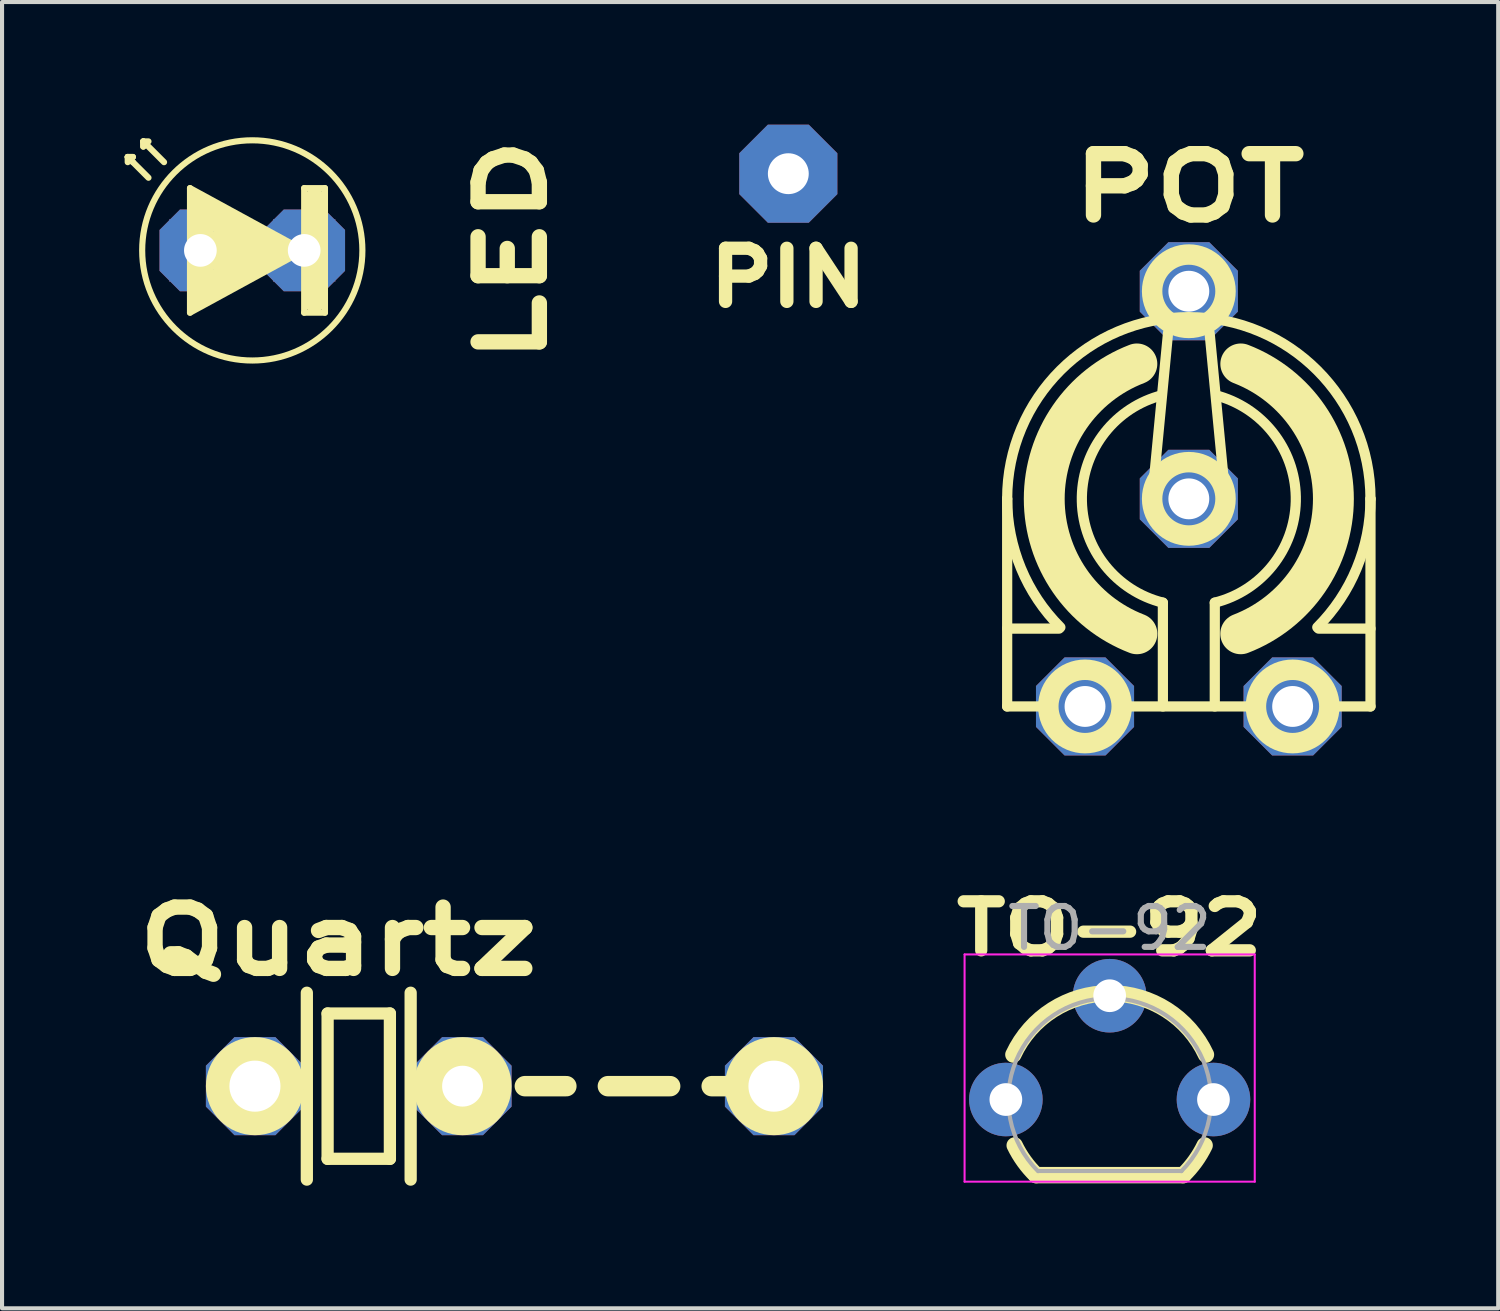
<source format=kicad_pcb>
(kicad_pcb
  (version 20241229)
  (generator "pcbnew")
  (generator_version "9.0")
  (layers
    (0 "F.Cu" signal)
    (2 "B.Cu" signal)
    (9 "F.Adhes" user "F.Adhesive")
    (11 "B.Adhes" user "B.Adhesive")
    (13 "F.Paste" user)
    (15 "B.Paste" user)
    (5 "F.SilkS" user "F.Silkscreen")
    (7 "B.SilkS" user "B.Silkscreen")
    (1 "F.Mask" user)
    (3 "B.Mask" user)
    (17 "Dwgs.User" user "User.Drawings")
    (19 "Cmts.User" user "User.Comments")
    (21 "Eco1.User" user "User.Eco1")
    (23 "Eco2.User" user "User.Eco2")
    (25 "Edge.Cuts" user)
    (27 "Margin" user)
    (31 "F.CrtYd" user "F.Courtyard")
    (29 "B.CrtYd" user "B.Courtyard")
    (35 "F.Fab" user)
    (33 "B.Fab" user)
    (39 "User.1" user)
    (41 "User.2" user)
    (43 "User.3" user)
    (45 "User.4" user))
  (footprint "LED"
    (layer "F.Cu")
    (at 1.853 10.697)
    (property "Reference" "LED" (at 7.62 -7.62 90) (layer "F.SilkS") (effects (font (size 1.5 2) (thickness 0.375))))
    (attr through_hole)
    (fp_line (start -1.778 -9.906) (end -1.778 -9.779) (stroke (width 0.15) (type solid)) (layer "F.SilkS"))
    (fp_line (start -1.778 -9.906) (end -1.651 -9.906) (stroke (width 0.15) (type solid)) (layer "F.SilkS"))
    (fp_line (start -1.778 -9.906) (end -1.651 -9.779) (stroke (width 0.15) (type solid)) (layer "F.SilkS"))
    (fp_line (start -1.651 -9.906) (end -1.778 -9.906) (stroke (width 0.15) (type solid)) (layer "F.SilkS"))
    (fp_line (start -1.397 -10.287) (end -1.397 -10.16) (stroke (width 0.15) (type solid)) (layer "F.SilkS"))
    (fp_line (start -1.397 -10.287) (end -1.27 -10.287) (stroke (width 0.15) (type solid)) (layer "F.SilkS"))
    (fp_line (start -1.397 -10.16) (end -1.397 -10.287) (stroke (width 0.15) (type solid)) (layer "F.SilkS"))
    (fp_line (start -1.27 -9.398) (end -1.651 -9.779) (stroke (width 0.15) (type solid)) (layer "F.SilkS"))
    (fp_line (start -0.889 -9.779) (end -1.397 -10.287) (stroke (width 0.15) (type solid)) (layer "F.SilkS"))
    (fp_line (start -0.254 -9.144) (end -0.254 -6.096) (stroke (width 0.15) (type solid)) (layer "F.SilkS"))
    (fp_line (start -0.254 -9.144) (end 2.54 -7.62) (stroke (width 0.15) (type solid)) (layer "F.SilkS"))
    (fp_line (start -0.127 -9.017) (end -0.127 -6.223) (stroke (width 0.15) (type solid)) (layer "F.SilkS"))
    (fp_line (start 0 -8.636) (end 1.778 -7.62) (stroke (width 0.65) (type solid)) (layer "F.SilkS"))
    (fp_line (start 0 -6.604) (end 0 -8.636) (stroke (width 0.65) (type solid)) (layer "F.SilkS"))
    (fp_line (start 0.508 -7.62) (end 1.016 -7.62) (stroke (width 1) (type solid)) (layer "F.SilkS"))
    (fp_line (start 1.778 -7.62) (end 0 -6.604) (stroke (width 0.65) (type solid)) (layer "F.SilkS"))
    (fp_line (start 2.032 -7.747) (end 2.159 -7.62) (stroke (width 0.15) (type solid)) (layer "F.SilkS"))
    (fp_line (start 2.032 -7.493) (end 2.413 -7.62) (stroke (width 0.15) (type solid)) (layer "F.SilkS"))
    (fp_line (start 2.413 -7.62) (end 2.032 -7.747) (stroke (width 0.15) (type solid)) (layer "F.SilkS"))
    (fp_line (start 2.54 -9.144) (end 3.048 -9.144) (stroke (width 0.15) (type solid)) (layer "F.SilkS"))
    (fp_line (start 2.54 -7.62) (end -0.254 -6.096) (stroke (width 0.15) (type solid)) (layer "F.SilkS"))
    (fp_line (start 2.54 -6.096) (end 2.54 -9.144) (stroke (width 0.15) (type solid)) (layer "F.SilkS"))
    (fp_line (start 2.794 -8.89) (end 2.794 -6.35) (stroke (width 0.5) (type solid)) (layer "F.SilkS"))
    (fp_line (start 3.048 -9.144) (end 3.048 -6.096) (stroke (width 0.15) (type solid)) (layer "F.SilkS"))
    (fp_line (start 3.048 -6.096) (end 2.54 -6.096) (stroke (width 0.15) (type solid)) (layer "F.SilkS"))
    (fp_circle (center 1.27 -7.62) (end 3.175 -5.715) (stroke (width 0.15) (type solid)) (fill no) (layer "F.SilkS"))
    (pad "1" thru_hole custom (at 2.54 -7.62) (size 1.524 1.524) (drill 0.8) (layers "*.Cu" "*.Mask") (options (anchor rect)) (primitives (gr_poly (pts (xy -1 0.5) (xy -1 -0.5) (xy -0.5 -1) (xy 0.5 -1) (xy 1 -0.5) (xy 1 0.5) (xy 0.5 1) (xy -0.5 1)) (width 0) (fill yes))))
    (pad "2" thru_hole custom (at 0 -7.62) (size 1.524 1.524) (drill 0.8) (layers "*.Cu" "*.Mask") (options (anchor rect)) (primitives (gr_poly (pts (xy -1 0.5) (xy -1 -0.5) (xy -0.5 -1) (xy 0.5 -1) (xy 1 -0.5) (xy 1 0.5) (xy 0.5 1) (xy -0.5 1)) (width 0) (fill yes)))))
  (footprint "Quartz"
    (layer "F.Cu")
    (at 5.728 23.527)
    (property "Reference" "Quartz" (at -0.508 -3.556 0) (layer "F.SilkS") (effects (font (size 1.5 2) (thickness 0.375))))
    (attr through_hole)
    (fp_line (start -1.524 -0.127) (end -1.524 0.127) (stroke (width 0.15) (type solid)) (layer "F.SilkS"))
    (fp_line (start -1.27 -2.286) (end -1.27 2.286) (stroke (width 0.3) (type solid)) (layer "F.SilkS"))
    (fp_line (start -0.762 -1.778) (end 0.762 -1.778) (stroke (width 0.3) (type solid)) (layer "F.SilkS"))
    (fp_line (start -0.762 1.778) (end -0.762 -1.778) (stroke (width 0.3) (type solid)) (layer "F.SilkS"))
    (fp_line (start 0.762 -1.778) (end 0.762 1.778) (stroke (width 0.3) (type solid)) (layer "F.SilkS"))
    (fp_line (start 0.762 1.778) (end -0.762 1.778) (stroke (width 0.3) (type solid)) (layer "F.SilkS"))
    (fp_line (start 1.27 -2.286) (end 1.27 2.286) (stroke (width 0.3) (type solid)) (layer "F.SilkS"))
    (fp_line (start 4.064 0) (end 5.08 0) (stroke (width 0.5) (type solid)) (layer "F.SilkS"))
    (fp_line (start 7.62 0) (end 6.096 0) (stroke (width 0.5) (type solid)) (layer "F.SilkS"))
    (fp_line (start 9.36 0) (end 8.636 0) (stroke (width 0.5) (type solid)) (layer "F.SilkS"))
    (fp_circle (center -2.54 0) (end -1.74 0) (stroke (width 0.8) (type solid)) (fill no) (layer "F.SilkS"))
    (fp_circle (center 2.54 0) (end 3.34 0) (stroke (width 0.8) (type solid)) (fill no) (layer "F.SilkS"))
    (fp_circle (center 10.16 0) (end 10.96 0) (stroke (width 0.8) (type solid)) (fill no) (layer "F.SilkS"))
    (pad "1" thru_hole custom (at 2.54 0) (size 1.524 1.524) (drill 1) (layers "*.Cu" "*.Mask") (options (anchor rect)) (primitives (gr_poly (pts (xy -1.2 0.5) (xy -1.2 -0.5) (xy -0.5 -1.2) (xy 0.5 -1.2) (xy 1.2 -0.5) (xy 1.2 0.5) (xy 0.5 1.2) (xy -0.5 1.2)) (width 0) (fill yes))))
    (pad "1" thru_hole custom (at 10.16 0) (size 1.524 1.524) (drill 1.25) (layers "*.Cu" "*.Mask") (options (anchor rect)) (primitives (gr_poly (pts (xy -1.2 0.5) (xy -1.2 -0.5) (xy -0.5 -1.2) (xy 0.5 -1.2) (xy 1.2 -0.5) (xy 1.2 0.5) (xy 0.5 1.2) (xy -0.5 1.2)) (width 0) (fill yes))))
    (pad "2" thru_hole custom (at -2.54 0) (size 1.524 1.524) (drill 1.25) (layers "*.Cu" "*.Mask") (options (anchor rect)) (primitives (gr_poly (pts (xy -1.2 0.5) (xy -1.2 -0.5) (xy -0.5 -1.2) (xy 0.5 -1.2) (xy 1.2 -0.5) (xy 1.2 0.5) (xy 0.5 1.2) (xy -0.5 1.2)) (width 0) (fill yes)))))
  (footprint "POT"
    (layer "F.Cu")
    (at 26.039 14.236)
    (property "Reference" "POT" (at 0 -12.7 0) (layer "F.SilkS") (effects (font (size 1.5 2) (thickness 0.375))))
    (attr through_hole)
    (fp_line (start -4.445 -5.08) (end -4.445 0) (stroke (width 0.25) (type solid)) (layer "F.SilkS"))
    (fp_line (start -4.445 -1.905) (end -3.175 -1.905) (stroke (width 0.25) (type solid)) (layer "F.SilkS"))
    (fp_line (start -3.438 0) (end -4.445 0) (stroke (width 0.25) (type solid)) (layer "F.SilkS"))
    (fp_line (start -0.898 -5.08) (end -0.508 -9.144) (stroke (width 0.25) (type solid)) (layer "F.SilkS"))
    (fp_line (start -0.635 0) (end -0.635 -2.54) (stroke (width 0.25) (type solid)) (layer "F.SilkS"))
    (fp_line (start 0.635 0) (end 0.635 -2.54) (stroke (width 0.25) (type solid)) (layer "F.SilkS"))
    (fp_line (start 0.898 -5.08) (end 0.508 -9.144) (stroke (width 0.25) (type solid)) (layer "F.SilkS"))
    (fp_line (start 1.642 0) (end -1.524 0) (stroke (width 0.25) (type solid)) (layer "F.SilkS"))
    (fp_line (start 4.445 -5.08) (end 4.445 0) (stroke (width 0.25) (type solid)) (layer "F.SilkS"))
    (fp_line (start 4.445 -1.905) (end 3.175 -1.905) (stroke (width 0.25) (type solid)) (layer "F.SilkS"))
    (fp_line (start 4.445 0) (end 3.438 0) (stroke (width 0.25) (type solid)) (layer "F.SilkS"))
    (fp_arc (start -4.445 -5.08) (mid -3.14309 -8.22309) (end 0 -9.525) (stroke (width 0.25) (type solid)) (layer "F.SilkS"))
    (fp_arc (start -3.14309 -1.93691) (mid -4.106645 -3.378972) (end -4.445 -5.08) (stroke (width 0.25) (type solid)) (layer "F.SilkS"))
    (fp_arc (start -1.269999 -1.778001) (mid -3.537809 -5.079229) (end -1.271439 -8.381445) (stroke (width 1) (type solid)) (layer "F.SilkS"))
    (fp_arc (start -0.634999 -2.540001) (mid -2.617483 -5.019972) (end -0.750773 -7.588218) (stroke (width 0.25) (type solid)) (layer "F.SilkS"))
    (fp_arc (start 0 -9.525) (mid 3.14309 -8.22309) (end 4.445 -5.08) (stroke (width 0.25) (type solid)) (layer "F.SilkS"))
    (fp_arc (start 0.750773 -7.588218) (mid 2.617482 -5.019972) (end 0.634999 -2.540001) (stroke (width 0.25) (type solid)) (layer "F.SilkS"))
    (fp_arc (start 1.271439 -8.381445) (mid 3.537809 -5.079229) (end 1.269999 -1.778001) (stroke (width 1) (type solid)) (layer "F.SilkS"))
    (fp_arc (start 4.445 -5.08) (mid 4.106645 -3.378972) (end 3.14309 -1.93691) (stroke (width 0.25) (type solid)) (layer "F.SilkS"))
    (fp_circle (center -2.54 0) (end -1.642 0) (stroke (width 0.5) (type solid)) (fill no) (layer "F.SilkS"))
    (fp_circle (center 0 -10.16) (end 0.898 -10.16) (stroke (width 0.5) (type solid)) (fill no) (layer "F.SilkS"))
    (fp_circle (center 0 -5.08) (end 0.898 -5.08) (stroke (width 0.5) (type solid)) (fill no) (layer "F.SilkS"))
    (fp_circle (center 2.54 0) (end 3.438 0) (stroke (width 0.5) (type solid)) (fill no) (layer "F.SilkS"))
    (pad "1" thru_hole custom (at 2.54 0) (size 1.524 1.524) (drill 1) (layers "*.Cu" "*.Mask") (options (anchor rect)) (primitives (gr_poly (pts (xy -1.2 0.5) (xy -1.2 -0.5) (xy -0.5 -1.2) (xy 0.5 -1.2) (xy 1.2 -0.5) (xy 1.2 0.5) (xy 0.5 1.2) (xy -0.5 1.2)) (width 0) (fill yes))))
    (pad "2" thru_hole custom (at 0 -10.16) (size 1.524 1.524) (drill 1) (layers "*.Cu" "*.Mask") (options (anchor rect)) (primitives (gr_poly (pts (xy -1.2 0.5) (xy -1.2 -0.5) (xy -0.5 -1.2) (xy 0.5 -1.2) (xy 1.2 -0.5) (xy 1.2 0.5) (xy 0.5 1.2) (xy -0.5 1.2)) (width 0) (fill yes))))
    (pad "2" thru_hole custom (at 0 -5.08) (size 1.524 1.524) (drill 1) (layers "*.Cu" "*.Mask") (options (anchor rect)) (primitives (gr_poly (pts (xy -1.2 0.5) (xy -1.2 -0.5) (xy -0.5 -1.2) (xy 0.5 -1.2) (xy 1.2 -0.5) (xy 1.2 0.5) (xy 0.5 1.2) (xy -0.5 1.2)) (width 0) (fill yes))))
    (pad "3" thru_hole custom (at -2.54 0) (size 1.524 1.524) (drill 1) (layers "*.Cu" "*.Mask") (options (anchor rect)) (primitives (gr_poly (pts (xy -1.2 0.5) (xy -1.2 -0.5) (xy -0.5 -1.2) (xy 0.5 -1.2) (xy 1.2 -0.5) (xy 1.2 0.5) (xy 0.5 1.2) (xy -0.5 1.2)) (width 0) (fill yes)))))
  (footprint "PIN"
    (layer "F.Cu")
    (at 16.239 1.2)
    (property "Reference" "PIN" (at 0 2.54 0) (layer "F.SilkS") (effects (font (size 1.3 1.5) (thickness 0.325))))
    (attr through_hole)
    (pad "1" thru_hole custom (at 0 0) (size 1.524 1.524) (drill 1) (layers "*.Cu" "*.Mask") (options (anchor rect)) (primitives (gr_poly (pts (xy -1.2 0.5) (xy -1.2 -0.5) (xy -0.5 -1.2) (xy 0.5 -1.2) (xy 1.2 -0.5) (xy 1.2 0.5) (xy 0.5 1.2) (xy -0.5 1.2)) (width 0) (fill yes)))))
  (footprint "TO-92"
    (layer "F.Cu")
    (at 21.562 23.854)
    (property "Reference" "TO-92" (at 2.54 -4.19 180) (layer "F.SilkS") (effects (font (size 1.2 1.5) (thickness 0.3))))
    (attr through_hole)
    (fp_line (start 0.74 1.85) (end 4.34 1.85) (stroke (width 0.4) (type solid)) (layer "F.SilkS"))
    (fp_arc (start 0.1836 -1.098807) (mid 1.143021 -2.192817) (end 2.54 -2.6) (stroke (width 0.4) (type solid)) (layer "F.SilkS"))
    (fp_arc (start 0.74 1.85) (mid 0.446097 1.509328) (end 0.215816 1.122795) (stroke (width 0.4) (type solid)) (layer "F.SilkS"))
    (fp_arc (start 2.54 -2.6) (mid 3.936979 -2.192818) (end 4.8964 -1.098807) (stroke (width 0.4) (type solid)) (layer "F.SilkS"))
    (fp_arc (start 4.864184 1.122795) (mid 4.633903 1.509328) (end 4.34 1.85) (stroke (width 0.4) (type solid)) (layer "F.SilkS"))
    (fp_line (start -1.01 -3.55) (end -1.01 2.01) (stroke (width 0.05) (type solid)) (layer "F.CrtYd"))
    (fp_line (start -1.01 -3.55) (end 6.09 -3.55) (stroke (width 0.05) (type solid)) (layer "F.CrtYd"))
    (fp_line (start 6.09 2.01) (end -1.01 2.01) (stroke (width 0.05) (type solid)) (layer "F.CrtYd"))
    (fp_line (start 6.09 2.01) (end 6.09 -3.55) (stroke (width 0.05) (type solid)) (layer "F.CrtYd"))
    (fp_line (start 0.8 1.75) (end 4.3 1.75) (stroke (width 0.1) (type solid)) (layer "F.Fab"))
    (fp_arc (start 0.786375 1.753625) (mid 0.248779 -0.949055) (end 2.54 -2.48) (stroke (width 0.1) (type solid)) (layer "F.Fab"))
    (fp_arc (start 2.54 -2.48) (mid 4.831221 -0.949055) (end 4.293625 1.753625) (stroke (width 0.1) (type solid)) (layer "F.Fab"))
    (fp_text user "${REFERENCE}" (at 2.54 -4.19 180) (layer "F.Fab") (effects (font (size 1 1) (thickness 0.15))))
    (pad "1" thru_hole circle (at 0 0 90) (size 1.8 1.8) (drill 0.8) (layers "*.Cu" "*.Mask"))
    (pad "2" thru_hole circle (at 2.54 -2.54 90) (size 1.8 1.8) (drill 0.8) (layers "*.Cu" "*.Mask"))
    (pad "3" thru_hole circle (at 5.08 0 90) (size 1.8 1.8) (drill 0.8) (layers "*.Cu" "*.Mask")))
  (gr_rect
    (start -3 -3)
    (end 33.609 28.963)
    (stroke (width 0.1) (type default))
    (fill no)
    (layer "Edge.Cuts")))
</source>
